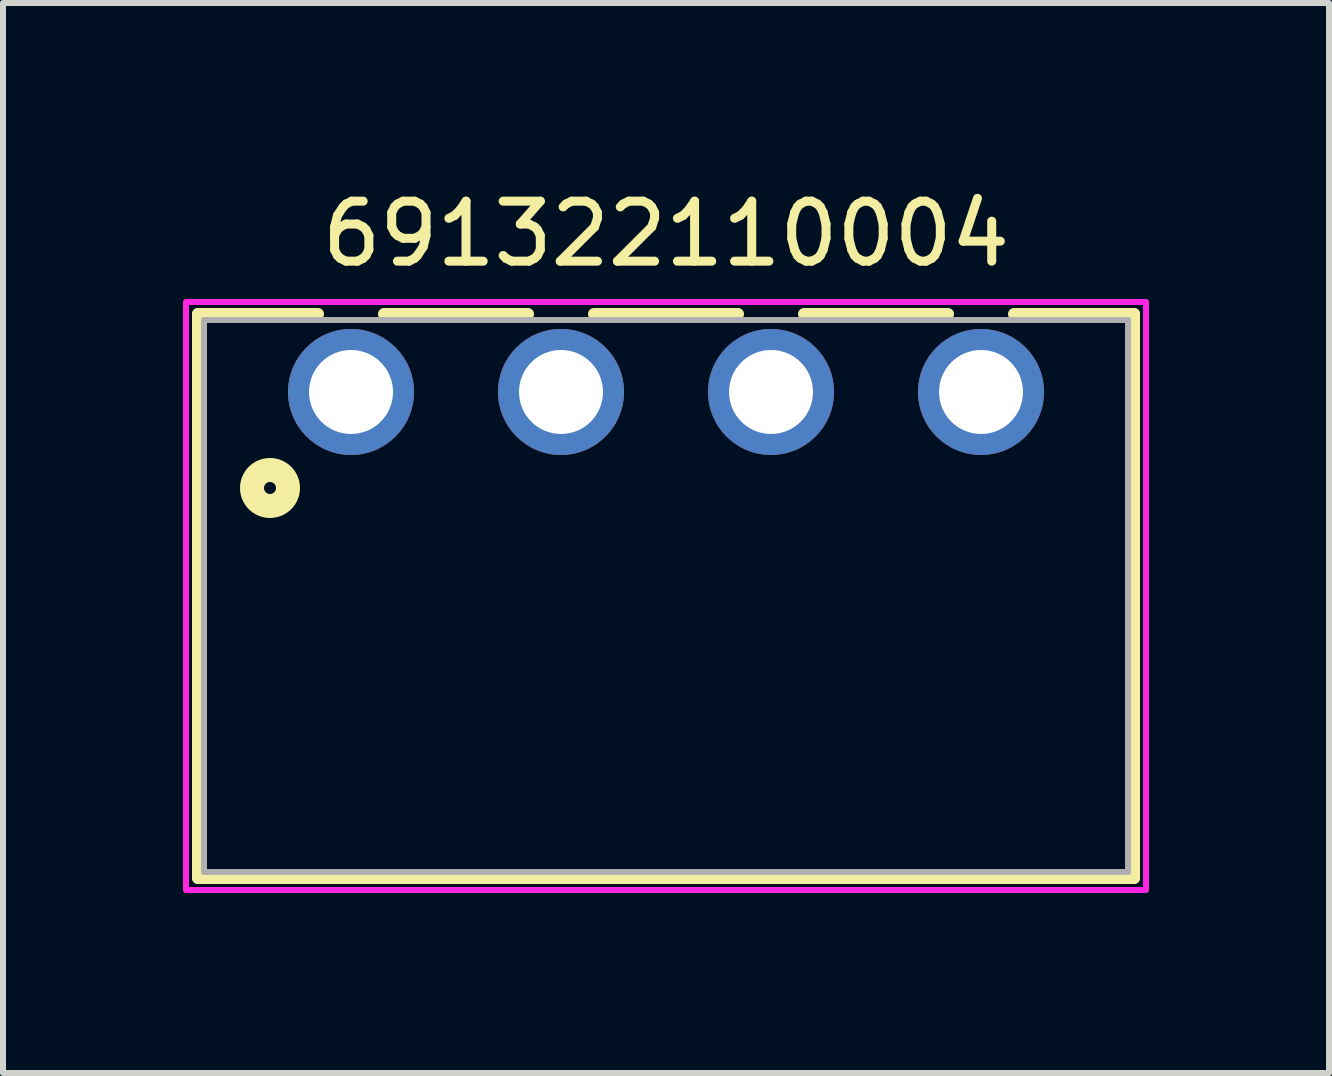
<source format=kicad_pcb>
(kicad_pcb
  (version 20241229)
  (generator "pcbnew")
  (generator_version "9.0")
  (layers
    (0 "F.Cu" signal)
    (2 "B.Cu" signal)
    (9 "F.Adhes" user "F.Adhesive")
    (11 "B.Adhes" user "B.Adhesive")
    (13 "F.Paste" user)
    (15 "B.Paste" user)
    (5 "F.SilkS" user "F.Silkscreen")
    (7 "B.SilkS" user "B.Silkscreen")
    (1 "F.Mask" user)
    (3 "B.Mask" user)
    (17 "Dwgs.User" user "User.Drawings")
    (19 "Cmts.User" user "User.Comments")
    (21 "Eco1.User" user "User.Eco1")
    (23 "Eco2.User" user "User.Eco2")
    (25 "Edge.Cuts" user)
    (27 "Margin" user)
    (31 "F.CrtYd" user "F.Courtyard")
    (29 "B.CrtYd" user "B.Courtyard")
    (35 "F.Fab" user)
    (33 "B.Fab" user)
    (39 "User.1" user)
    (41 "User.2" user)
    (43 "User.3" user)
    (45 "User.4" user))
  (footprint "691322110004"
    (layer "F.Cu")
    (at 8.05 3.483)
    (property "Reference" "691322110004" (at 0 -2.635 0) (layer "F.SilkS") (effects (font (size 1 1) (thickness 0.15))))
    (attr through_hole)
    (fp_line (start -7.8 -1.3) (end -5.8 -1.3) (stroke (width 0.2) (type solid)) (layer "F.SilkS"))
    (fp_line (start -7.8 8.1) (end -7.8 -1.3) (stroke (width 0.2) (type solid)) (layer "F.SilkS"))
    (fp_line (start -4.7 -1.3) (end -2.3 -1.3) (stroke (width 0.2) (type solid)) (layer "F.SilkS"))
    (fp_line (start -1.2 -1.3) (end 1.2 -1.3) (stroke (width 0.2) (type solid)) (layer "F.SilkS"))
    (fp_line (start 2.3 -1.3) (end 4.7 -1.3) (stroke (width 0.2) (type solid)) (layer "F.SilkS"))
    (fp_line (start 5.8 -1.3) (end 7.8 -1.3) (stroke (width 0.2) (type solid)) (layer "F.SilkS"))
    (fp_line (start 7.8 -1.3) (end 7.8 8.1) (stroke (width 0.2) (type solid)) (layer "F.SilkS"))
    (fp_line (start 7.8 8.1) (end -7.8 8.1) (stroke (width 0.2) (type solid)) (layer "F.SilkS"))
    (fp_circle (center -6.6 1.6) (end -6.5 1.6) (stroke (width 0.4) (type solid)) (fill no) (layer "F.SilkS"))
    (fp_poly (pts (xy -8 -1.5) (xy 8 -1.5) (xy 8 8.3) (xy -8 8.3)) (stroke (width 0.1) (type solid)) (fill no) (layer "F.CrtYd"))
    (fp_line (start -7.7 -1.2) (end -7.7 8) (stroke (width 0.1) (type solid)) (layer "F.Fab"))
    (fp_line (start -7.7 8) (end 7.7 8) (stroke (width 0.1) (type solid)) (layer "F.Fab"))
    (fp_line (start 7.7 -1.2) (end -7.7 -1.2) (stroke (width 0.1) (type solid)) (layer "F.Fab"))
    (fp_line (start 7.7 8) (end 7.7 -1.2) (stroke (width 0.1) (type solid)) (layer "F.Fab"))
    (pad "1" thru_hole circle (at -5.25 0) (size 2.1 2.1) (drill 1.4) (layers "*.Cu" "*.Mask"))
    (pad "2" thru_hole circle (at -1.75 0) (size 2.1 2.1) (drill 1.4) (layers "*.Cu" "*.Mask"))
    (pad "3" thru_hole circle (at 1.75 0) (size 2.1 2.1) (drill 1.4) (layers "*.Cu" "*.Mask"))
    (pad "4" thru_hole circle (at 5.25 0) (size 2.1 2.1) (drill 1.4) (layers "*.Cu" "*.Mask")))
  (gr_rect
    (start -3 -3)
    (end 19.1 14.833)
    (stroke (width 0.1) (type default))
    (fill no)
    (layer "Edge.Cuts")))
</source>
